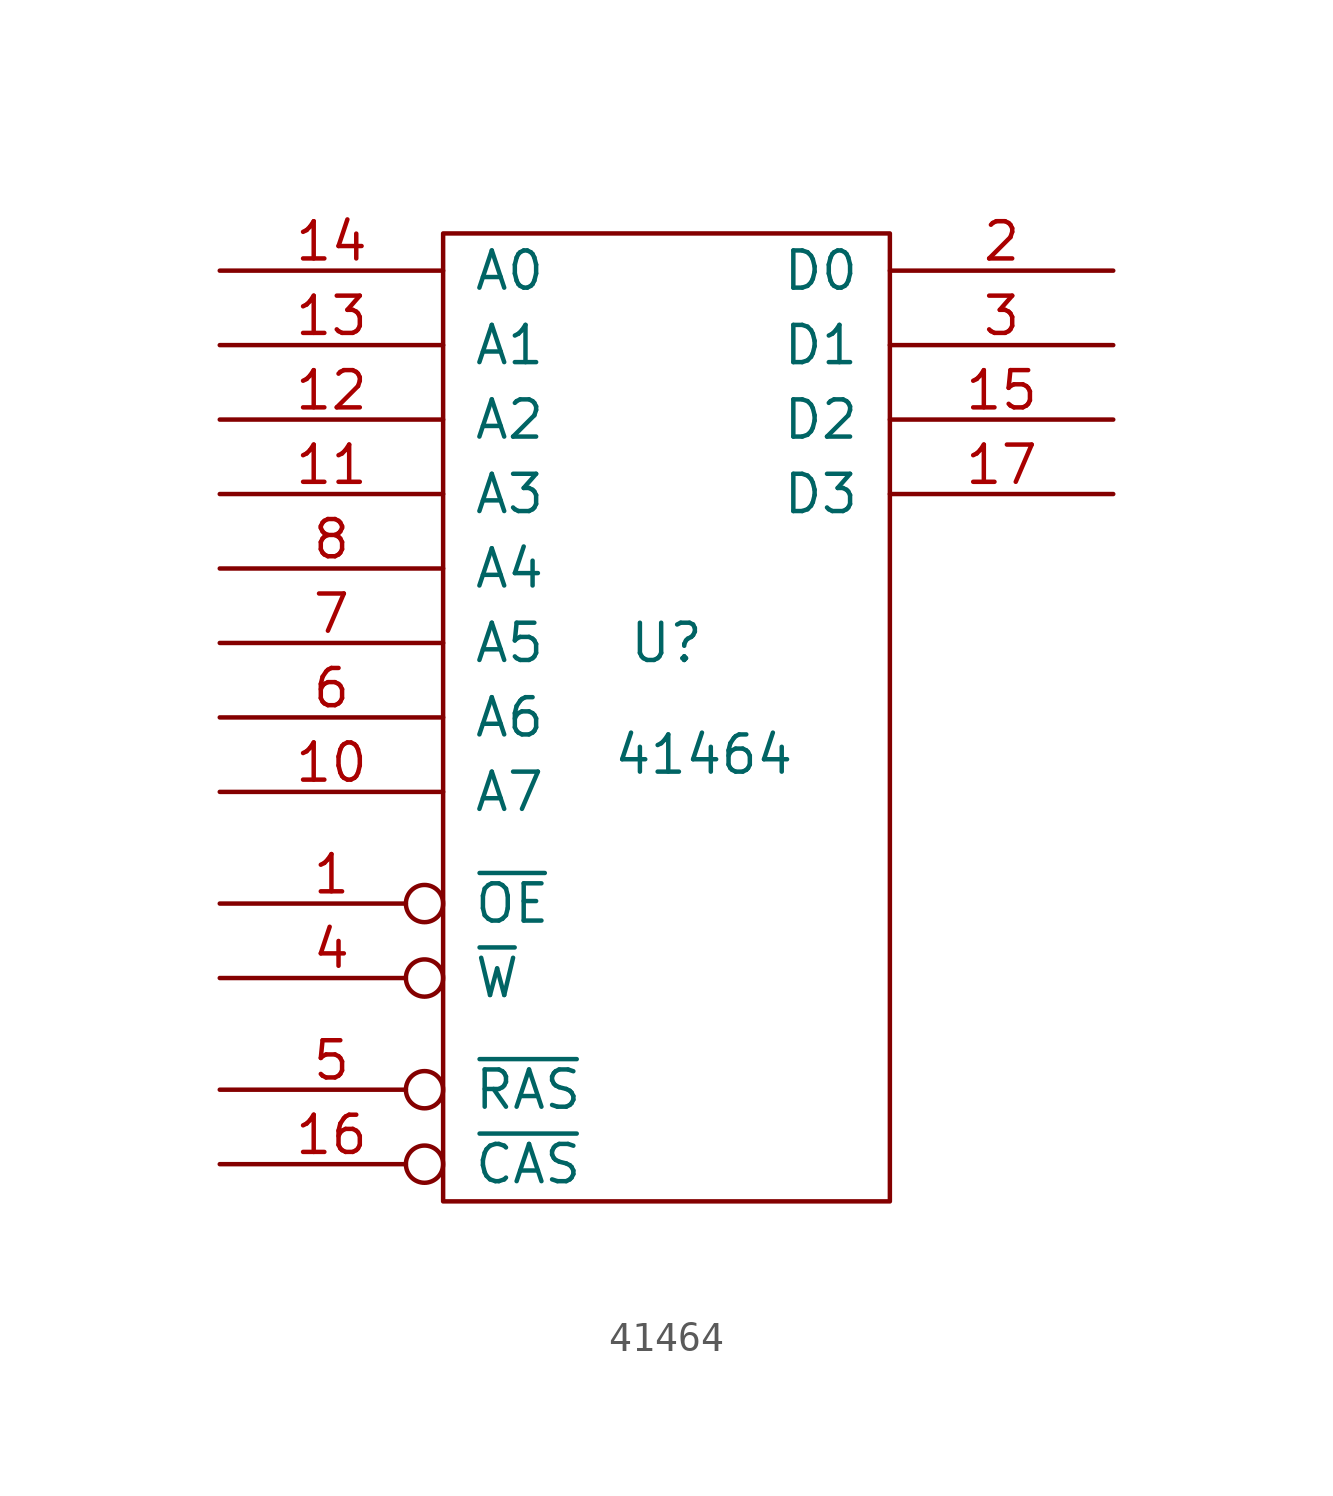
<source format=kicad_sym>
(kicad_symbol_lib
  (version 20220914)
  (generator kicad_symbol_editor)
  (symbol "41464"
    (pin_names
      (offset 1.016))
    (property "Reference" "U"
      (at 0 10.16 0)
      (effects (font (size 1.27 1.27))))
    (property "Value" "41464"
      (at 1.27 6.35 0)
      (effects (font (size 1.27 1.27))))
    (property "Footprint" ""
      (at 2.54 0 0)
      (effects (font (size 1.27 1.27))))
    (property "Datasheet" ""
      (at 2.54 0 0)
      (effects (font (size 1.27 1.27))))
    (symbol "41464_0_0"
      (pin power_in line (at 0 -8.89 90) (length 1.27) hide (name "GND" (effects (font (size 1.27 1.27)))) (number "18" (effects (font (size 1.27 1.27)))))
      (pin power_in line (at 0 24.13 270) (length 1.27) hide (name "VCC" (effects (font (size 1.27 1.27)))) (number "9" (effects (font (size 1.27 1.27))))))
    (symbol "41464_0_1"
      (rectangle (start -7.62 24.13) (end 7.62 -8.89) (stroke (width 0) (type solid)) (fill (type none))))
    (symbol "41464_1_1"
      (pin input inverted (at -15.24 1.27 0) (length 7.62) (name "~{OE}" (effects (font (size 1.27 1.27)))) (number "1" (effects (font (size 1.27 1.27)))))
      (pin input line (at -15.24 5.08 0) (length 7.62) (name "A7" (effects (font (size 1.27 1.27)))) (number "10" (effects (font (size 1.27 1.27)))))
      (pin input line (at -15.24 15.24 0) (length 7.62) (name "A3" (effects (font (size 1.27 1.27)))) (number "11" (effects (font (size 1.27 1.27)))))
      (pin input line (at -15.24 17.78 0) (length 7.62) (name "A2" (effects (font (size 1.27 1.27)))) (number "12" (effects (font (size 1.27 1.27)))))
      (pin input line (at -15.24 20.32 0) (length 7.62) (name "A1" (effects (font (size 1.27 1.27)))) (number "13" (effects (font (size 1.27 1.27)))))
      (pin input line (at -15.24 22.86 0) (length 7.62) (name "A0" (effects (font (size 1.27 1.27)))) (number "14" (effects (font (size 1.27 1.27)))))
      (pin tri_state line (at 15.24 17.78 180) (length 7.62) (name "D2" (effects (font (size 1.27 1.27)))) (number "15" (effects (font (size 1.27 1.27)))))
      (pin input inverted (at -15.24 -7.62 0) (length 7.62) (name "~{CAS}" (effects (font (size 1.27 1.27)))) (number "16" (effects (font (size 1.27 1.27)))))
      (pin tri_state line (at 15.24 15.24 180) (length 7.62) (name "D3" (effects (font (size 1.27 1.27)))) (number "17" (effects (font (size 1.27 1.27)))))
      (pin tri_state line (at 15.24 22.86 180) (length 7.62) (name "D0" (effects (font (size 1.27 1.27)))) (number "2" (effects (font (size 1.27 1.27)))))
      (pin tri_state line (at 15.24 20.32 180) (length 7.62) (name "D1" (effects (font (size 1.27 1.27)))) (number "3" (effects (font (size 1.27 1.27)))))
      (pin input inverted (at -15.24 -1.27 0) (length 7.62) (name "~{W}" (effects (font (size 1.27 1.27)))) (number "4" (effects (font (size 1.27 1.27)))))
      (pin input inverted (at -15.24 -5.08 0) (length 7.62) (name "~{RAS}" (effects (font (size 1.27 1.27)))) (number "5" (effects (font (size 1.27 1.27)))))
      (pin input line (at -15.24 7.62 0) (length 7.62) (name "A6" (effects (font (size 1.27 1.27)))) (number "6" (effects (font (size 1.27 1.27)))))
      (pin input line (at -15.24 10.16 0) (length 7.62) (name "A5" (effects (font (size 1.27 1.27)))) (number "7" (effects (font (size 1.27 1.27)))))
      (pin input line (at -15.24 12.7 0) (length 7.62) (name "A4" (effects (font (size 1.27 1.27)))) (number "8" (effects (font (size 1.27 1.27))))))))
</source>
